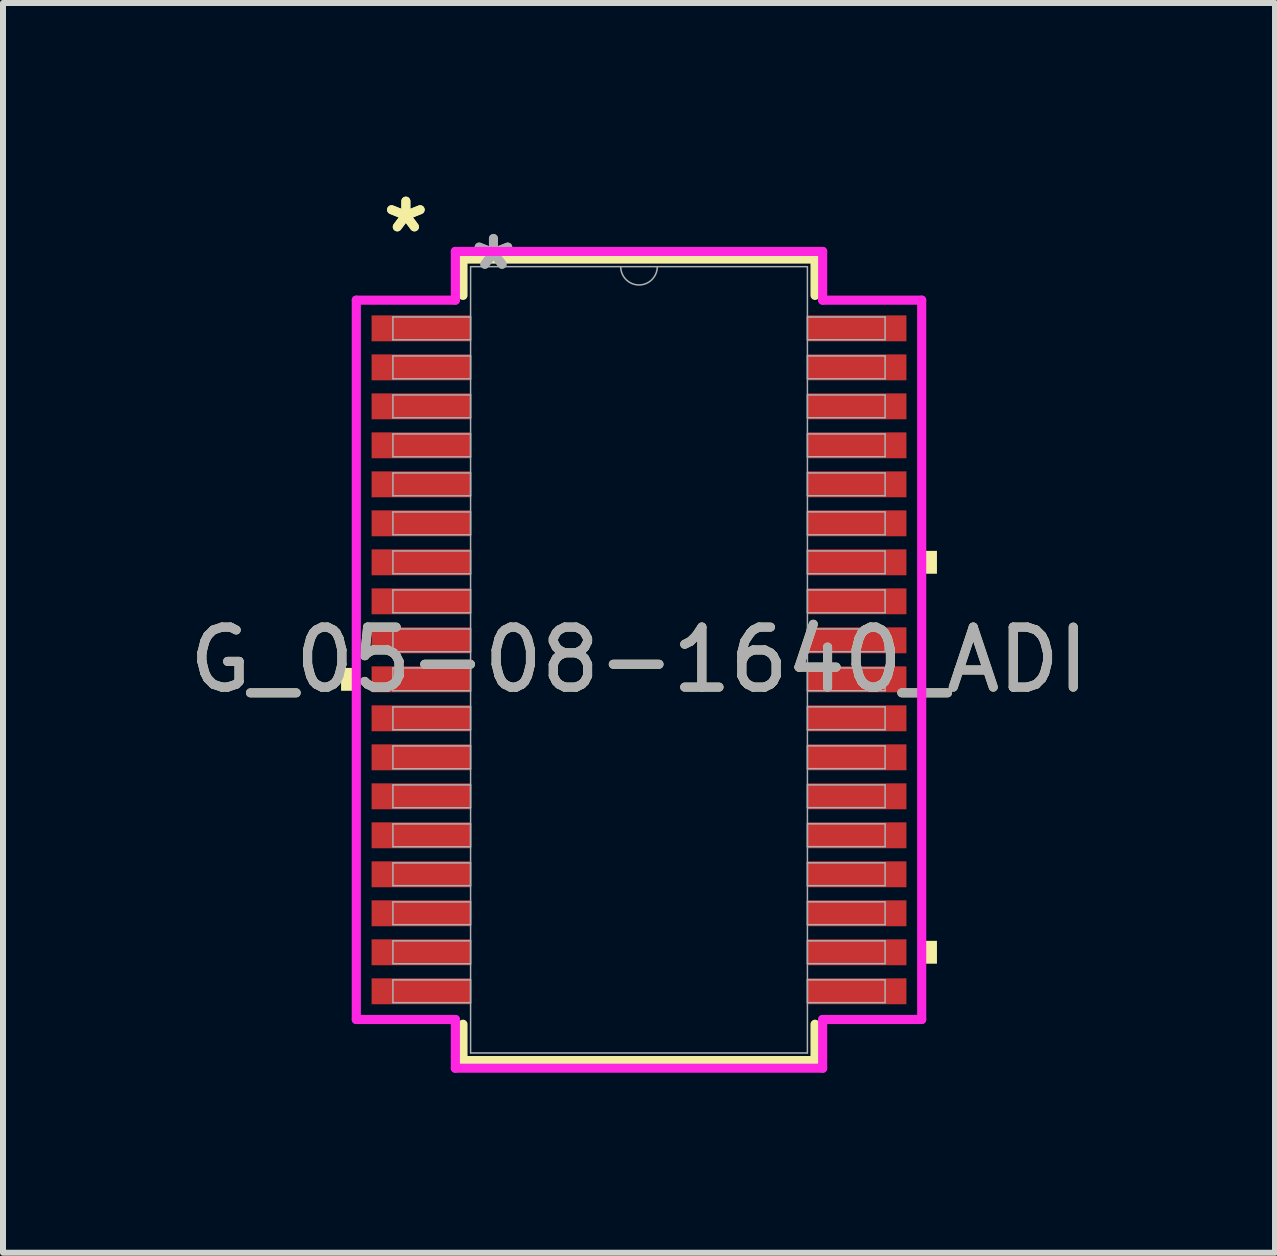
<source format=kicad_pcb>
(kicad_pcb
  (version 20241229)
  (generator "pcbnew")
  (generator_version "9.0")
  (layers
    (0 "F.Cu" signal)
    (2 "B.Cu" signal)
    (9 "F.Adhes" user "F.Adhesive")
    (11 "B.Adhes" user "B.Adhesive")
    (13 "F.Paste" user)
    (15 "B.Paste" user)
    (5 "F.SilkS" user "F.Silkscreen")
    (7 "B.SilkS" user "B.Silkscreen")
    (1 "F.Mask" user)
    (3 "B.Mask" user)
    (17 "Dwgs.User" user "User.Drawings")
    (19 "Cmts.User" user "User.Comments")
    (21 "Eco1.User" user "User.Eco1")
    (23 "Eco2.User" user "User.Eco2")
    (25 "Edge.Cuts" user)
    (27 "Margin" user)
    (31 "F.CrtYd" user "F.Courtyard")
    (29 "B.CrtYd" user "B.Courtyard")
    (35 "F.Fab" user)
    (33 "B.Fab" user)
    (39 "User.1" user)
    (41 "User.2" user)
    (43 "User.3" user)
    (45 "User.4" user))
  (footprint "G_05-08-1640_ADI"
    (layer "F.Cu")
    (at 7.601 7.948)
    (property "Reference" "G_05-08-1640_ADI" (at 0 0 0) (unlocked yes) (layer "F.SilkS") (effects (font (size 1 1) (thickness 0.15))))
    (attr smd)
    (fp_line (start -2.934 -6.68) (end -2.934 -6.074) (stroke (width 0.152) (type solid)) (layer "F.SilkS"))
    (fp_line (start -2.934 6.074) (end -2.934 6.68) (stroke (width 0.152) (type solid)) (layer "F.SilkS"))
    (fp_line (start -2.934 6.68) (end 2.934 6.68) (stroke (width 0.152) (type solid)) (layer "F.SilkS"))
    (fp_line (start 2.934 -6.68) (end -2.934 -6.68) (stroke (width 0.152) (type solid)) (layer "F.SilkS"))
    (fp_line (start 2.934 -6.074) (end 2.934 -6.68) (stroke (width 0.152) (type solid)) (layer "F.SilkS"))
    (fp_line (start 2.934 6.68) (end 2.934 6.074) (stroke (width 0.152) (type solid)) (layer "F.SilkS"))
    (fp_poly (pts (xy -4.966 0.135) (xy -4.966 0.516) (xy -4.712 0.516) (xy -4.712 0.135)) (stroke (width 0) (type solid)) (fill yes) (layer "F.SilkS"))
    (fp_poly (pts (xy 4.966 -1.816) (xy 4.966 -1.435) (xy 4.712 -1.435) (xy 4.712 -1.816)) (stroke (width 0) (type solid)) (fill yes) (layer "F.SilkS"))
    (fp_poly (pts (xy 4.966 4.684) (xy 4.966 5.065) (xy 4.712 5.065) (xy 4.712 4.684)) (stroke (width 0) (type solid)) (fill yes) (layer "F.SilkS"))
    (fp_line (start -4.712 -5.995) (end -3.061 -5.995) (stroke (width 0.152) (type solid)) (layer "F.CrtYd"))
    (fp_line (start -4.712 5.995) (end -4.712 -5.995) (stroke (width 0.152) (type solid)) (layer "F.CrtYd"))
    (fp_line (start -4.712 5.995) (end -3.061 5.995) (stroke (width 0.152) (type solid)) (layer "F.CrtYd"))
    (fp_line (start -3.061 -6.807) (end 3.061 -6.807) (stroke (width 0.152) (type solid)) (layer "F.CrtYd"))
    (fp_line (start -3.061 -5.995) (end -3.061 -6.807) (stroke (width 0.152) (type solid)) (layer "F.CrtYd"))
    (fp_line (start -3.061 6.807) (end -3.061 5.995) (stroke (width 0.152) (type solid)) (layer "F.CrtYd"))
    (fp_line (start 3.061 -6.807) (end 3.061 -5.995) (stroke (width 0.152) (type solid)) (layer "F.CrtYd"))
    (fp_line (start 3.061 5.995) (end 3.061 6.807) (stroke (width 0.152) (type solid)) (layer "F.CrtYd"))
    (fp_line (start 3.061 6.807) (end -3.061 6.807) (stroke (width 0.152) (type solid)) (layer "F.CrtYd"))
    (fp_line (start 4.712 -5.995) (end 3.061 -5.995) (stroke (width 0.152) (type solid)) (layer "F.CrtYd"))
    (fp_line (start 4.712 -5.995) (end 4.712 5.995) (stroke (width 0.152) (type solid)) (layer "F.CrtYd"))
    (fp_line (start 4.712 5.995) (end 3.061 5.995) (stroke (width 0.152) (type solid)) (layer "F.CrtYd"))
    (fp_line (start -4.102 -5.715) (end -4.102 -5.334) (stroke (width 0.025) (type solid)) (layer "F.Fab"))
    (fp_line (start -4.102 -5.334) (end -2.807 -5.334) (stroke (width 0.025) (type solid)) (layer "F.Fab"))
    (fp_line (start -4.102 -5.065) (end -4.102 -4.684) (stroke (width 0.025) (type solid)) (layer "F.Fab"))
    (fp_line (start -4.102 -4.684) (end -2.807 -4.684) (stroke (width 0.025) (type solid)) (layer "F.Fab"))
    (fp_line (start -4.102 -4.415) (end -4.102 -4.034) (stroke (width 0.025) (type solid)) (layer "F.Fab"))
    (fp_line (start -4.102 -4.034) (end -2.807 -4.034) (stroke (width 0.025) (type solid)) (layer "F.Fab"))
    (fp_line (start -4.102 -3.765) (end -4.102 -3.384) (stroke (width 0.025) (type solid)) (layer "F.Fab"))
    (fp_line (start -4.102 -3.384) (end -2.807 -3.384) (stroke (width 0.025) (type solid)) (layer "F.Fab"))
    (fp_line (start -4.102 -3.115) (end -4.102 -2.734) (stroke (width 0.025) (type solid)) (layer "F.Fab"))
    (fp_line (start -4.102 -2.734) (end -2.807 -2.734) (stroke (width 0.025) (type solid)) (layer "F.Fab"))
    (fp_line (start -4.102 -2.465) (end -4.102 -2.084) (stroke (width 0.025) (type solid)) (layer "F.Fab"))
    (fp_line (start -4.102 -2.084) (end -2.807 -2.084) (stroke (width 0.025) (type solid)) (layer "F.Fab"))
    (fp_line (start -4.102 -1.815) (end -4.102 -1.434) (stroke (width 0.025) (type solid)) (layer "F.Fab"))
    (fp_line (start -4.102 -1.434) (end -2.807 -1.434) (stroke (width 0.025) (type solid)) (layer "F.Fab"))
    (fp_line (start -4.102 -1.165) (end -4.102 -0.784) (stroke (width 0.025) (type solid)) (layer "F.Fab"))
    (fp_line (start -4.102 -0.784) (end -2.807 -0.784) (stroke (width 0.025) (type solid)) (layer "F.Fab"))
    (fp_line (start -4.102 -0.515) (end -4.102 -0.134) (stroke (width 0.025) (type solid)) (layer "F.Fab"))
    (fp_line (start -4.102 -0.134) (end -2.807 -0.134) (stroke (width 0.025) (type solid)) (layer "F.Fab"))
    (fp_line (start -4.102 0.135) (end -4.102 0.516) (stroke (width 0.025) (type solid)) (layer "F.Fab"))
    (fp_line (start -4.102 0.516) (end -2.807 0.516) (stroke (width 0.025) (type solid)) (layer "F.Fab"))
    (fp_line (start -4.102 0.785) (end -4.102 1.166) (stroke (width 0.025) (type solid)) (layer "F.Fab"))
    (fp_line (start -4.102 1.166) (end -2.807 1.166) (stroke (width 0.025) (type solid)) (layer "F.Fab"))
    (fp_line (start -4.102 1.435) (end -4.102 1.816) (stroke (width 0.025) (type solid)) (layer "F.Fab"))
    (fp_line (start -4.102 1.816) (end -2.807 1.816) (stroke (width 0.025) (type solid)) (layer "F.Fab"))
    (fp_line (start -4.102 2.085) (end -4.102 2.466) (stroke (width 0.025) (type solid)) (layer "F.Fab"))
    (fp_line (start -4.102 2.466) (end -2.807 2.466) (stroke (width 0.025) (type solid)) (layer "F.Fab"))
    (fp_line (start -4.102 2.735) (end -4.102 3.116) (stroke (width 0.025) (type solid)) (layer "F.Fab"))
    (fp_line (start -4.102 3.116) (end -2.807 3.116) (stroke (width 0.025) (type solid)) (layer "F.Fab"))
    (fp_line (start -4.102 3.385) (end -4.102 3.765) (stroke (width 0.025) (type solid)) (layer "F.Fab"))
    (fp_line (start -4.102 3.765) (end -2.807 3.765) (stroke (width 0.025) (type solid)) (layer "F.Fab"))
    (fp_line (start -4.102 4.035) (end -4.102 4.415) (stroke (width 0.025) (type solid)) (layer "F.Fab"))
    (fp_line (start -4.102 4.415) (end -2.807 4.415) (stroke (width 0.025) (type solid)) (layer "F.Fab"))
    (fp_line (start -4.102 4.684) (end -4.102 5.066) (stroke (width 0.025) (type solid)) (layer "F.Fab"))
    (fp_line (start -4.102 5.066) (end -2.807 5.066) (stroke (width 0.025) (type solid)) (layer "F.Fab"))
    (fp_line (start -4.102 5.335) (end -4.102 5.715) (stroke (width 0.025) (type solid)) (layer "F.Fab"))
    (fp_line (start -4.102 5.715) (end -2.807 5.715) (stroke (width 0.025) (type solid)) (layer "F.Fab"))
    (fp_line (start -2.807 -6.553) (end -2.807 6.553) (stroke (width 0.025) (type solid)) (layer "F.Fab"))
    (fp_line (start -2.807 -5.715) (end -4.102 -5.715) (stroke (width 0.025) (type solid)) (layer "F.Fab"))
    (fp_line (start -2.807 -5.334) (end -2.807 -5.715) (stroke (width 0.025) (type solid)) (layer "F.Fab"))
    (fp_line (start -2.807 -5.065) (end -4.102 -5.065) (stroke (width 0.025) (type solid)) (layer "F.Fab"))
    (fp_line (start -2.807 -4.684) (end -2.807 -5.065) (stroke (width 0.025) (type solid)) (layer "F.Fab"))
    (fp_line (start -2.807 -4.415) (end -4.102 -4.415) (stroke (width 0.025) (type solid)) (layer "F.Fab"))
    (fp_line (start -2.807 -4.034) (end -2.807 -4.415) (stroke (width 0.025) (type solid)) (layer "F.Fab"))
    (fp_line (start -2.807 -3.765) (end -4.102 -3.765) (stroke (width 0.025) (type solid)) (layer "F.Fab"))
    (fp_line (start -2.807 -3.384) (end -2.807 -3.765) (stroke (width 0.025) (type solid)) (layer "F.Fab"))
    (fp_line (start -2.807 -3.115) (end -4.102 -3.115) (stroke (width 0.025) (type solid)) (layer "F.Fab"))
    (fp_line (start -2.807 -2.734) (end -2.807 -3.115) (stroke (width 0.025) (type solid)) (layer "F.Fab"))
    (fp_line (start -2.807 -2.465) (end -4.102 -2.465) (stroke (width 0.025) (type solid)) (layer "F.Fab"))
    (fp_line (start -2.807 -2.084) (end -2.807 -2.465) (stroke (width 0.025) (type solid)) (layer "F.Fab"))
    (fp_line (start -2.807 -1.815) (end -4.102 -1.815) (stroke (width 0.025) (type solid)) (layer "F.Fab"))
    (fp_line (start -2.807 -1.434) (end -2.807 -1.815) (stroke (width 0.025) (type solid)) (layer "F.Fab"))
    (fp_line (start -2.807 -1.165) (end -4.102 -1.165) (stroke (width 0.025) (type solid)) (layer "F.Fab"))
    (fp_line (start -2.807 -0.784) (end -2.807 -1.165) (stroke (width 0.025) (type solid)) (layer "F.Fab"))
    (fp_line (start -2.807 -0.515) (end -4.102 -0.515) (stroke (width 0.025) (type solid)) (layer "F.Fab"))
    (fp_line (start -2.807 -0.134) (end -2.807 -0.515) (stroke (width 0.025) (type solid)) (layer "F.Fab"))
    (fp_line (start -2.807 0.135) (end -4.102 0.135) (stroke (width 0.025) (type solid)) (layer "F.Fab"))
    (fp_line (start -2.807 0.516) (end -2.807 0.135) (stroke (width 0.025) (type solid)) (layer "F.Fab"))
    (fp_line (start -2.807 0.785) (end -4.102 0.785) (stroke (width 0.025) (type solid)) (layer "F.Fab"))
    (fp_line (start -2.807 1.166) (end -2.807 0.785) (stroke (width 0.025) (type solid)) (layer "F.Fab"))
    (fp_line (start -2.807 1.435) (end -4.102 1.435) (stroke (width 0.025) (type solid)) (layer "F.Fab"))
    (fp_line (start -2.807 1.816) (end -2.807 1.435) (stroke (width 0.025) (type solid)) (layer "F.Fab"))
    (fp_line (start -2.807 2.085) (end -4.102 2.085) (stroke (width 0.025) (type solid)) (layer "F.Fab"))
    (fp_line (start -2.807 2.466) (end -2.807 2.085) (stroke (width 0.025) (type solid)) (layer "F.Fab"))
    (fp_line (start -2.807 2.735) (end -4.102 2.735) (stroke (width 0.025) (type solid)) (layer "F.Fab"))
    (fp_line (start -2.807 3.116) (end -2.807 2.735) (stroke (width 0.025) (type solid)) (layer "F.Fab"))
    (fp_line (start -2.807 3.385) (end -4.102 3.385) (stroke (width 0.025) (type solid)) (layer "F.Fab"))
    (fp_line (start -2.807 3.765) (end -2.807 3.385) (stroke (width 0.025) (type solid)) (layer "F.Fab"))
    (fp_line (start -2.807 4.035) (end -4.102 4.035) (stroke (width 0.025) (type solid)) (layer "F.Fab"))
    (fp_line (start -2.807 4.415) (end -2.807 4.035) (stroke (width 0.025) (type solid)) (layer "F.Fab"))
    (fp_line (start -2.807 4.684) (end -4.102 4.684) (stroke (width 0.025) (type solid)) (layer "F.Fab"))
    (fp_line (start -2.807 5.066) (end -2.807 4.684) (stroke (width 0.025) (type solid)) (layer "F.Fab"))
    (fp_line (start -2.807 5.335) (end -4.102 5.335) (stroke (width 0.025) (type solid)) (layer "F.Fab"))
    (fp_line (start -2.807 5.715) (end -2.807 5.335) (stroke (width 0.025) (type solid)) (layer "F.Fab"))
    (fp_line (start -2.807 6.553) (end 2.807 6.553) (stroke (width 0.025) (type solid)) (layer "F.Fab"))
    (fp_line (start 2.807 -6.553) (end -2.807 -6.553) (stroke (width 0.025) (type solid)) (layer "F.Fab"))
    (fp_line (start 2.807 -5.715) (end 2.807 -5.335) (stroke (width 0.025) (type solid)) (layer "F.Fab"))
    (fp_line (start 2.807 -5.335) (end 4.102 -5.335) (stroke (width 0.025) (type solid)) (layer "F.Fab"))
    (fp_line (start 2.807 -5.066) (end 2.807 -4.684) (stroke (width 0.025) (type solid)) (layer "F.Fab"))
    (fp_line (start 2.807 -4.684) (end 4.102 -4.684) (stroke (width 0.025) (type solid)) (layer "F.Fab"))
    (fp_line (start 2.807 -4.415) (end 2.807 -4.035) (stroke (width 0.025) (type solid)) (layer "F.Fab"))
    (fp_line (start 2.807 -4.035) (end 4.102 -4.035) (stroke (width 0.025) (type solid)) (layer "F.Fab"))
    (fp_line (start 2.807 -3.765) (end 2.807 -3.385) (stroke (width 0.025) (type solid)) (layer "F.Fab"))
    (fp_line (start 2.807 -3.385) (end 4.102 -3.385) (stroke (width 0.025) (type solid)) (layer "F.Fab"))
    (fp_line (start 2.807 -3.115) (end 2.807 -2.735) (stroke (width 0.025) (type solid)) (layer "F.Fab"))
    (fp_line (start 2.807 -2.735) (end 4.102 -2.735) (stroke (width 0.025) (type solid)) (layer "F.Fab"))
    (fp_line (start 2.807 -2.466) (end 2.807 -2.084) (stroke (width 0.025) (type solid)) (layer "F.Fab"))
    (fp_line (start 2.807 -2.084) (end 4.102 -2.084) (stroke (width 0.025) (type solid)) (layer "F.Fab"))
    (fp_line (start 2.807 -1.815) (end 2.807 -1.435) (stroke (width 0.025) (type solid)) (layer "F.Fab"))
    (fp_line (start 2.807 -1.435) (end 4.102 -1.435) (stroke (width 0.025) (type solid)) (layer "F.Fab"))
    (fp_line (start 2.807 -1.165) (end 2.807 -0.784) (stroke (width 0.025) (type solid)) (layer "F.Fab"))
    (fp_line (start 2.807 -0.784) (end 4.102 -0.784) (stroke (width 0.025) (type solid)) (layer "F.Fab"))
    (fp_line (start 2.807 -0.515) (end 2.807 -0.135) (stroke (width 0.025) (type solid)) (layer "F.Fab"))
    (fp_line (start 2.807 -0.135) (end 4.102 -0.135) (stroke (width 0.025) (type solid)) (layer "F.Fab"))
    (fp_line (start 2.807 0.135) (end 2.807 0.515) (stroke (width 0.025) (type solid)) (layer "F.Fab"))
    (fp_line (start 2.807 0.515) (end 4.102 0.515) (stroke (width 0.025) (type solid)) (layer "F.Fab"))
    (fp_line (start 2.807 0.784) (end 2.807 1.165) (stroke (width 0.025) (type solid)) (layer "F.Fab"))
    (fp_line (start 2.807 1.165) (end 4.102 1.165) (stroke (width 0.025) (type solid)) (layer "F.Fab"))
    (fp_line (start 2.807 1.434) (end 2.807 1.815) (stroke (width 0.025) (type solid)) (layer "F.Fab"))
    (fp_line (start 2.807 1.815) (end 4.102 1.815) (stroke (width 0.025) (type solid)) (layer "F.Fab"))
    (fp_line (start 2.807 2.084) (end 2.807 2.465) (stroke (width 0.025) (type solid)) (layer "F.Fab"))
    (fp_line (start 2.807 2.465) (end 4.102 2.465) (stroke (width 0.025) (type solid)) (layer "F.Fab"))
    (fp_line (start 2.807 2.734) (end 2.807 3.115) (stroke (width 0.025) (type solid)) (layer "F.Fab"))
    (fp_line (start 2.807 3.115) (end 4.102 3.115) (stroke (width 0.025) (type solid)) (layer "F.Fab"))
    (fp_line (start 2.807 3.384) (end 2.807 3.765) (stroke (width 0.025) (type solid)) (layer "F.Fab"))
    (fp_line (start 2.807 3.765) (end 4.102 3.765) (stroke (width 0.025) (type solid)) (layer "F.Fab"))
    (fp_line (start 2.807 4.034) (end 2.807 4.415) (stroke (width 0.025) (type solid)) (layer "F.Fab"))
    (fp_line (start 2.807 4.415) (end 4.102 4.415) (stroke (width 0.025) (type solid)) (layer "F.Fab"))
    (fp_line (start 2.807 4.684) (end 2.807 5.065) (stroke (width 0.025) (type solid)) (layer "F.Fab"))
    (fp_line (start 2.807 5.065) (end 4.102 5.065) (stroke (width 0.025) (type solid)) (layer "F.Fab"))
    (fp_line (start 2.807 5.334) (end 2.807 5.715) (stroke (width 0.025) (type solid)) (layer "F.Fab"))
    (fp_line (start 2.807 5.715) (end 4.102 5.715) (stroke (width 0.025) (type solid)) (layer "F.Fab"))
    (fp_line (start 2.807 6.553) (end 2.807 -6.553) (stroke (width 0.025) (type solid)) (layer "F.Fab"))
    (fp_line (start 4.102 -5.715) (end 2.807 -5.715) (stroke (width 0.025) (type solid)) (layer "F.Fab"))
    (fp_line (start 4.102 -5.335) (end 4.102 -5.715) (stroke (width 0.025) (type solid)) (layer "F.Fab"))
    (fp_line (start 4.102 -5.066) (end 2.807 -5.066) (stroke (width 0.025) (type solid)) (layer "F.Fab"))
    (fp_line (start 4.102 -4.684) (end 4.102 -5.066) (stroke (width 0.025) (type solid)) (layer "F.Fab"))
    (fp_line (start 4.102 -4.415) (end 2.807 -4.415) (stroke (width 0.025) (type solid)) (layer "F.Fab"))
    (fp_line (start 4.102 -4.035) (end 4.102 -4.415) (stroke (width 0.025) (type solid)) (layer "F.Fab"))
    (fp_line (start 4.102 -3.765) (end 2.807 -3.765) (stroke (width 0.025) (type solid)) (layer "F.Fab"))
    (fp_line (start 4.102 -3.385) (end 4.102 -3.765) (stroke (width 0.025) (type solid)) (layer "F.Fab"))
    (fp_line (start 4.102 -3.115) (end 2.807 -3.115) (stroke (width 0.025) (type solid)) (layer "F.Fab"))
    (fp_line (start 4.102 -2.735) (end 4.102 -3.115) (stroke (width 0.025) (type solid)) (layer "F.Fab"))
    (fp_line (start 4.102 -2.466) (end 2.807 -2.466) (stroke (width 0.025) (type solid)) (layer "F.Fab"))
    (fp_line (start 4.102 -2.084) (end 4.102 -2.466) (stroke (width 0.025) (type solid)) (layer "F.Fab"))
    (fp_line (start 4.102 -1.815) (end 2.807 -1.815) (stroke (width 0.025) (type solid)) (layer "F.Fab"))
    (fp_line (start 4.102 -1.435) (end 4.102 -1.815) (stroke (width 0.025) (type solid)) (layer "F.Fab"))
    (fp_line (start 4.102 -1.165) (end 2.807 -1.165) (stroke (width 0.025) (type solid)) (layer "F.Fab"))
    (fp_line (start 4.102 -0.784) (end 4.102 -1.165) (stroke (width 0.025) (type solid)) (layer "F.Fab"))
    (fp_line (start 4.102 -0.515) (end 2.807 -0.515) (stroke (width 0.025) (type solid)) (layer "F.Fab"))
    (fp_line (start 4.102 -0.135) (end 4.102 -0.515) (stroke (width 0.025) (type solid)) (layer "F.Fab"))
    (fp_line (start 4.102 0.135) (end 2.807 0.135) (stroke (width 0.025) (type solid)) (layer "F.Fab"))
    (fp_line (start 4.102 0.515) (end 4.102 0.135) (stroke (width 0.025) (type solid)) (layer "F.Fab"))
    (fp_line (start 4.102 0.784) (end 2.807 0.784) (stroke (width 0.025) (type solid)) (layer "F.Fab"))
    (fp_line (start 4.102 1.165) (end 4.102 0.784) (stroke (width 0.025) (type solid)) (layer "F.Fab"))
    (fp_line (start 4.102 1.434) (end 2.807 1.434) (stroke (width 0.025) (type solid)) (layer "F.Fab"))
    (fp_line (start 4.102 1.815) (end 4.102 1.434) (stroke (width 0.025) (type solid)) (layer "F.Fab"))
    (fp_line (start 4.102 2.084) (end 2.807 2.084) (stroke (width 0.025) (type solid)) (layer "F.Fab"))
    (fp_line (start 4.102 2.465) (end 4.102 2.084) (stroke (width 0.025) (type solid)) (layer "F.Fab"))
    (fp_line (start 4.102 2.734) (end 2.807 2.734) (stroke (width 0.025) (type solid)) (layer "F.Fab"))
    (fp_line (start 4.102 3.115) (end 4.102 2.734) (stroke (width 0.025) (type solid)) (layer "F.Fab"))
    (fp_line (start 4.102 3.384) (end 2.807 3.384) (stroke (width 0.025) (type solid)) (layer "F.Fab"))
    (fp_line (start 4.102 3.765) (end 4.102 3.384) (stroke (width 0.025) (type solid)) (layer "F.Fab"))
    (fp_line (start 4.102 4.034) (end 2.807 4.034) (stroke (width 0.025) (type solid)) (layer "F.Fab"))
    (fp_line (start 4.102 4.415) (end 4.102 4.034) (stroke (width 0.025) (type solid)) (layer "F.Fab"))
    (fp_line (start 4.102 4.684) (end 2.807 4.684) (stroke (width 0.025) (type solid)) (layer "F.Fab"))
    (fp_line (start 4.102 5.065) (end 4.102 4.684) (stroke (width 0.025) (type solid)) (layer "F.Fab"))
    (fp_line (start 4.102 5.334) (end 2.807 5.334) (stroke (width 0.025) (type solid)) (layer "F.Fab"))
    (fp_line (start 4.102 5.715) (end 4.102 5.334) (stroke (width 0.025) (type solid)) (layer "F.Fab"))
    (fp_arc (start 0.3048 -6.5532) (mid 0 -6.2484) (end -0.3048 -6.5532) (stroke (width 0.0254) (type solid)) (layer "F.Fab"))
    (fp_text user "*" (at -3.886 -7.1 0) (layer "F.SilkS") (effects (font (size 1 1) (thickness 0.15))))
    (fp_text user "*" (at -3.886 -7.1 0) (unlocked yes) (layer "F.SilkS") (effects (font (size 1 1) (thickness 0.15))))
    (fp_text user "*" (at -2.426 -6.477 0) (unlocked yes) (layer "F.Fab") (effects (font (size 1 1) (thickness 0.15))))
    (fp_text user "*" (at -2.426 -6.477 0) (layer "F.Fab") (effects (font (size 1 1) (thickness 0.15))))
    (fp_text user "${REFERENCE}" (at 0 0 0) (unlocked yes) (layer "F.Fab") (effects (font (size 1 1) (thickness 0.15))))
    (pad "1" smd rect (at -3.632 -5.525) (size 1.651 0.432) (layers "F.Cu" "F.Mask" "F.Paste"))
    (pad "2" smd rect (at -3.632 -4.875) (size 1.651 0.432) (layers "F.Cu" "F.Mask" "F.Paste"))
    (pad "3" smd rect (at -3.632 -4.225) (size 1.651 0.432) (layers "F.Cu" "F.Mask" "F.Paste"))
    (pad "4" smd rect (at -3.632 -3.575) (size 1.651 0.432) (layers "F.Cu" "F.Mask" "F.Paste"))
    (pad "5" smd rect (at -3.632 -2.925) (size 1.651 0.432) (layers "F.Cu" "F.Mask" "F.Paste"))
    (pad "6" smd rect (at -3.632 -2.275) (size 1.651 0.432) (layers "F.Cu" "F.Mask" "F.Paste"))
    (pad "7" smd rect (at -3.632 -1.625) (size 1.651 0.432) (layers "F.Cu" "F.Mask" "F.Paste"))
    (pad "8" smd rect (at -3.632 -0.975) (size 1.651 0.432) (layers "F.Cu" "F.Mask" "F.Paste"))
    (pad "9" smd rect (at -3.632 -0.325) (size 1.651 0.432) (layers "F.Cu" "F.Mask" "F.Paste"))
    (pad "10" smd rect (at -3.632 0.325) (size 1.651 0.432) (layers "F.Cu" "F.Mask" "F.Paste"))
    (pad "11" smd rect (at -3.632 0.975) (size 1.651 0.432) (layers "F.Cu" "F.Mask" "F.Paste"))
    (pad "12" smd rect (at -3.632 1.625) (size 1.651 0.432) (layers "F.Cu" "F.Mask" "F.Paste"))
    (pad "13" smd rect (at -3.632 2.275) (size 1.651 0.432) (layers "F.Cu" "F.Mask" "F.Paste"))
    (pad "14" smd rect (at -3.632 2.925) (size 1.651 0.432) (layers "F.Cu" "F.Mask" "F.Paste"))
    (pad "15" smd rect (at -3.632 3.575) (size 1.651 0.432) (layers "F.Cu" "F.Mask" "F.Paste"))
    (pad "16" smd rect (at -3.632 4.225) (size 1.651 0.432) (layers "F.Cu" "F.Mask" "F.Paste"))
    (pad "17" smd rect (at -3.632 4.875) (size 1.651 0.432) (layers "F.Cu" "F.Mask" "F.Paste"))
    (pad "18" smd rect (at -3.632 5.525) (size 1.651 0.432) (layers "F.Cu" "F.Mask" "F.Paste"))
    (pad "19" smd rect (at 3.632 5.525) (size 1.651 0.432) (layers "F.Cu" "F.Mask" "F.Paste"))
    (pad "20" smd rect (at 3.632 4.875) (size 1.651 0.432) (layers "F.Cu" "F.Mask" "F.Paste"))
    (pad "21" smd rect (at 3.632 4.225) (size 1.651 0.432) (layers "F.Cu" "F.Mask" "F.Paste"))
    (pad "22" smd rect (at 3.632 3.575) (size 1.651 0.432) (layers "F.Cu" "F.Mask" "F.Paste"))
    (pad "23" smd rect (at 3.632 2.925) (size 1.651 0.432) (layers "F.Cu" "F.Mask" "F.Paste"))
    (pad "24" smd rect (at 3.632 2.275) (size 1.651 0.432) (layers "F.Cu" "F.Mask" "F.Paste"))
    (pad "25" smd rect (at 3.632 1.625) (size 1.651 0.432) (layers "F.Cu" "F.Mask" "F.Paste"))
    (pad "26" smd rect (at 3.632 0.975) (size 1.651 0.432) (layers "F.Cu" "F.Mask" "F.Paste"))
    (pad "27" smd rect (at 3.632 0.325) (size 1.651 0.432) (layers "F.Cu" "F.Mask" "F.Paste"))
    (pad "28" smd rect (at 3.632 -0.325) (size 1.651 0.432) (layers "F.Cu" "F.Mask" "F.Paste"))
    (pad "29" smd rect (at 3.632 -0.975) (size 1.651 0.432) (layers "F.Cu" "F.Mask" "F.Paste"))
    (pad "30" smd rect (at 3.632 -1.625) (size 1.651 0.432) (layers "F.Cu" "F.Mask" "F.Paste"))
    (pad "31" smd rect (at 3.632 -2.275) (size 1.651 0.432) (layers "F.Cu" "F.Mask" "F.Paste"))
    (pad "32" smd rect (at 3.632 -2.925) (size 1.651 0.432) (layers "F.Cu" "F.Mask" "F.Paste"))
    (pad "33" smd rect (at 3.632 -3.575) (size 1.651 0.432) (layers "F.Cu" "F.Mask" "F.Paste"))
    (pad "34" smd rect (at 3.632 -4.225) (size 1.651 0.432) (layers "F.Cu" "F.Mask" "F.Paste"))
    (pad "35" smd rect (at 3.632 -4.875) (size 1.651 0.432) (layers "F.Cu" "F.Mask" "F.Paste"))
    (pad "36" smd rect (at 3.632 -5.525) (size 1.651 0.432) (layers "F.Cu" "F.Mask" "F.Paste")))
  (gr_rect
    (start -3 -3)
    (end 18.202 17.831)
    (stroke (width 0.1) (type default))
    (fill no)
    (layer "Edge.Cuts")))
</source>
